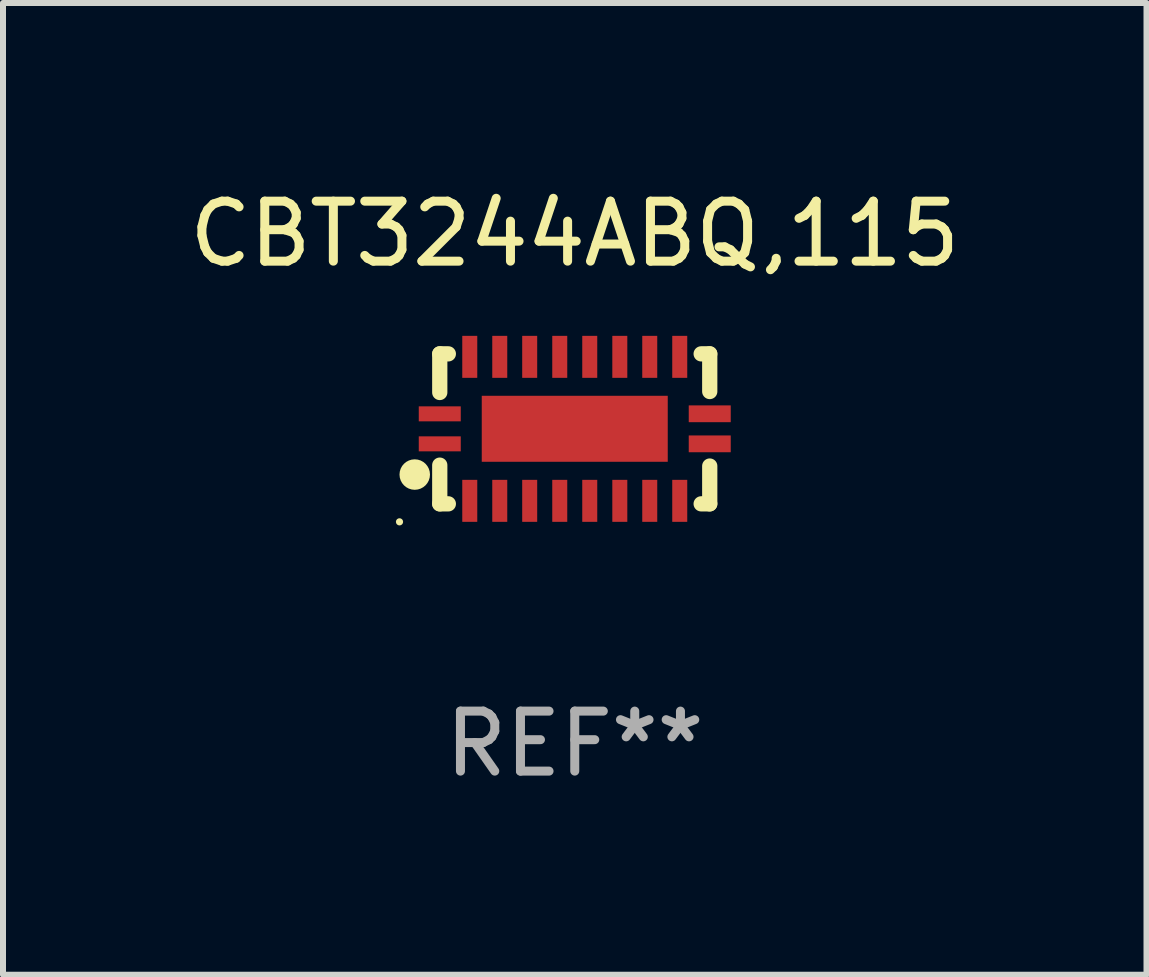
<source format=kicad_pcb>
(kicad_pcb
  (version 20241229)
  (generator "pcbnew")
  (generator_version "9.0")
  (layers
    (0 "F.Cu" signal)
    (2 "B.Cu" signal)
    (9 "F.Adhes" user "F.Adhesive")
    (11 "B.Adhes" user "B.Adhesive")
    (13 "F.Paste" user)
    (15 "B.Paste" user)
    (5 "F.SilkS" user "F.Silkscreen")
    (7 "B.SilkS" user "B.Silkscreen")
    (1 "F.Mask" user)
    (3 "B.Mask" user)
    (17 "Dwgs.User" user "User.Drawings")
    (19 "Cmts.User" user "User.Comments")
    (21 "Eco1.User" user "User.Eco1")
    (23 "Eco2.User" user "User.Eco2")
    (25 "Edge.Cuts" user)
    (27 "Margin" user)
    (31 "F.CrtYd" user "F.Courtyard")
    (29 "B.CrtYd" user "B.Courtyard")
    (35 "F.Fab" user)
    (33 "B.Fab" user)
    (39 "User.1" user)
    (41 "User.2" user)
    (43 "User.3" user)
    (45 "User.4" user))
  (footprint "CBT3244ABQ,115"
    (layer "F.Cu")
    (at 6.53 4.098)
    (property "Reference" "CBT3244ABQ,115" (at 0 -3.25 0) (layer "F.SilkS") (effects (font (size 1 1) (thickness 0.15))))
    (attr through_hole)
    (fp_line (start -2.25 0.605) (end -2.25 1.25) (stroke (width 0.254) (type solid)) (layer "F.SilkS"))
    (fp_line (start -2.25 1.25) (end -2.107 1.25) (stroke (width 0.254) (type solid)) (layer "F.SilkS"))
    (fp_line (start -2.25 -1.25) (end -2.25 -0.606) (stroke (width 0.254) (type solid)) (layer "F.SilkS"))
    (fp_line (start -2.25 -1.25) (end -2.107 -1.25) (stroke (width 0.254) (type solid)) (layer "F.SilkS"))
    (fp_line (start 2.107 -1.25) (end 2.25 -1.25) (stroke (width 0.254) (type solid)) (layer "F.SilkS"))
    (fp_line (start 2.107 1.25) (end 2.25 1.25) (stroke (width 0.254) (type solid)) (layer "F.SilkS"))
    (fp_line (start 2.25 -1.25) (end 2.25 -0.622) (stroke (width 0.254) (type solid)) (layer "F.SilkS"))
    (fp_line (start 2.25 0.62) (end 2.25 1.25) (stroke (width 0.254) (type solid)) (layer "F.SilkS"))
    (fp_circle (center -2.921 1.55) (end -2.891 1.55) (stroke (width 0.06) (type solid)) (fill no) (layer "F.SilkS"))
    (fp_circle (center -2.667 0.762) (end -2.54 0.762) (stroke (width 0.254) (type solid)) (fill no) (layer "F.SilkS"))
    (fp_text user "REF**" (at 0 5.25 0) (layer "F.Fab") (effects (font (size 1 1) (thickness 0.15))))
    (pad "1" smd rect (at -2.25 0.25 180) (size 0.7 0.25) (layers "F.Cu" "F.Mask" "F.Paste"))
    (pad "2" smd rect (at -1.75 1.2 90) (size 0.7 0.25) (layers "F.Cu" "F.Mask" "F.Paste"))
    (pad "3" smd rect (at -1.25 1.2 90) (size 0.7 0.25) (layers "F.Cu" "F.Mask" "F.Paste"))
    (pad "4" smd rect (at -0.751 1.2 90) (size 0.7 0.25) (layers "F.Cu" "F.Mask" "F.Paste"))
    (pad "5" smd rect (at -0.25 1.2 90) (size 0.7 0.25) (layers "F.Cu" "F.Mask" "F.Paste"))
    (pad "6" smd rect (at 0.25 1.2 90) (size 0.7 0.25) (layers "F.Cu" "F.Mask" "F.Paste"))
    (pad "7" smd rect (at 0.751 1.2 90) (size 0.7 0.25) (layers "F.Cu" "F.Mask" "F.Paste"))
    (pad "8" smd rect (at 1.25 1.2 90) (size 0.7 0.25) (layers "F.Cu" "F.Mask" "F.Paste"))
    (pad "9" smd rect (at 1.75 1.2 90) (size 0.7 0.25) (layers "F.Cu" "F.Mask" "F.Paste"))
    (pad "10" smd rect (at 2.25 0.25 180) (size 0.7 0.28) (layers "F.Cu" "F.Mask" "F.Paste"))
    (pad "11" smd rect (at 2.25 -0.251 180) (size 0.7 0.28) (layers "F.Cu" "F.Mask" "F.Paste"))
    (pad "12" smd rect (at 1.75 -1.2 90) (size 0.7 0.25) (layers "F.Cu" "F.Mask" "F.Paste"))
    (pad "13" smd rect (at 1.25 -1.2 90) (size 0.7 0.25) (layers "F.Cu" "F.Mask" "F.Paste"))
    (pad "14" smd rect (at 0.751 -1.2 90) (size 0.7 0.25) (layers "F.Cu" "F.Mask" "F.Paste"))
    (pad "15" smd rect (at 0.25 -1.2 90) (size 0.7 0.25) (layers "F.Cu" "F.Mask" "F.Paste"))
    (pad "16" smd rect (at -0.25 -1.2 90) (size 0.7 0.25) (layers "F.Cu" "F.Mask" "F.Paste"))
    (pad "17" smd rect (at -0.751 -1.2 90) (size 0.7 0.25) (layers "F.Cu" "F.Mask" "F.Paste"))
    (pad "18" smd rect (at -1.25 -1.2 90) (size 0.7 0.25) (layers "F.Cu" "F.Mask" "F.Paste"))
    (pad "19" smd rect (at -1.75 -1.2 90) (size 0.7 0.25) (layers "F.Cu" "F.Mask" "F.Paste"))
    (pad "20" smd rect (at -2.25 -0.25 180) (size 0.7 0.25) (layers "F.Cu" "F.Mask" "F.Paste"))
    (pad "21" smd rect (at 0 -0.001 180) (size 3.1 1.1) (layers "F.Cu" "F.Mask" "F.Paste")))
  (gr_rect
    (start -3 -3)
    (end 16.06 13.197)
    (stroke (width 0.1) (type default))
    (fill no)
    (layer "Edge.Cuts")))
</source>
